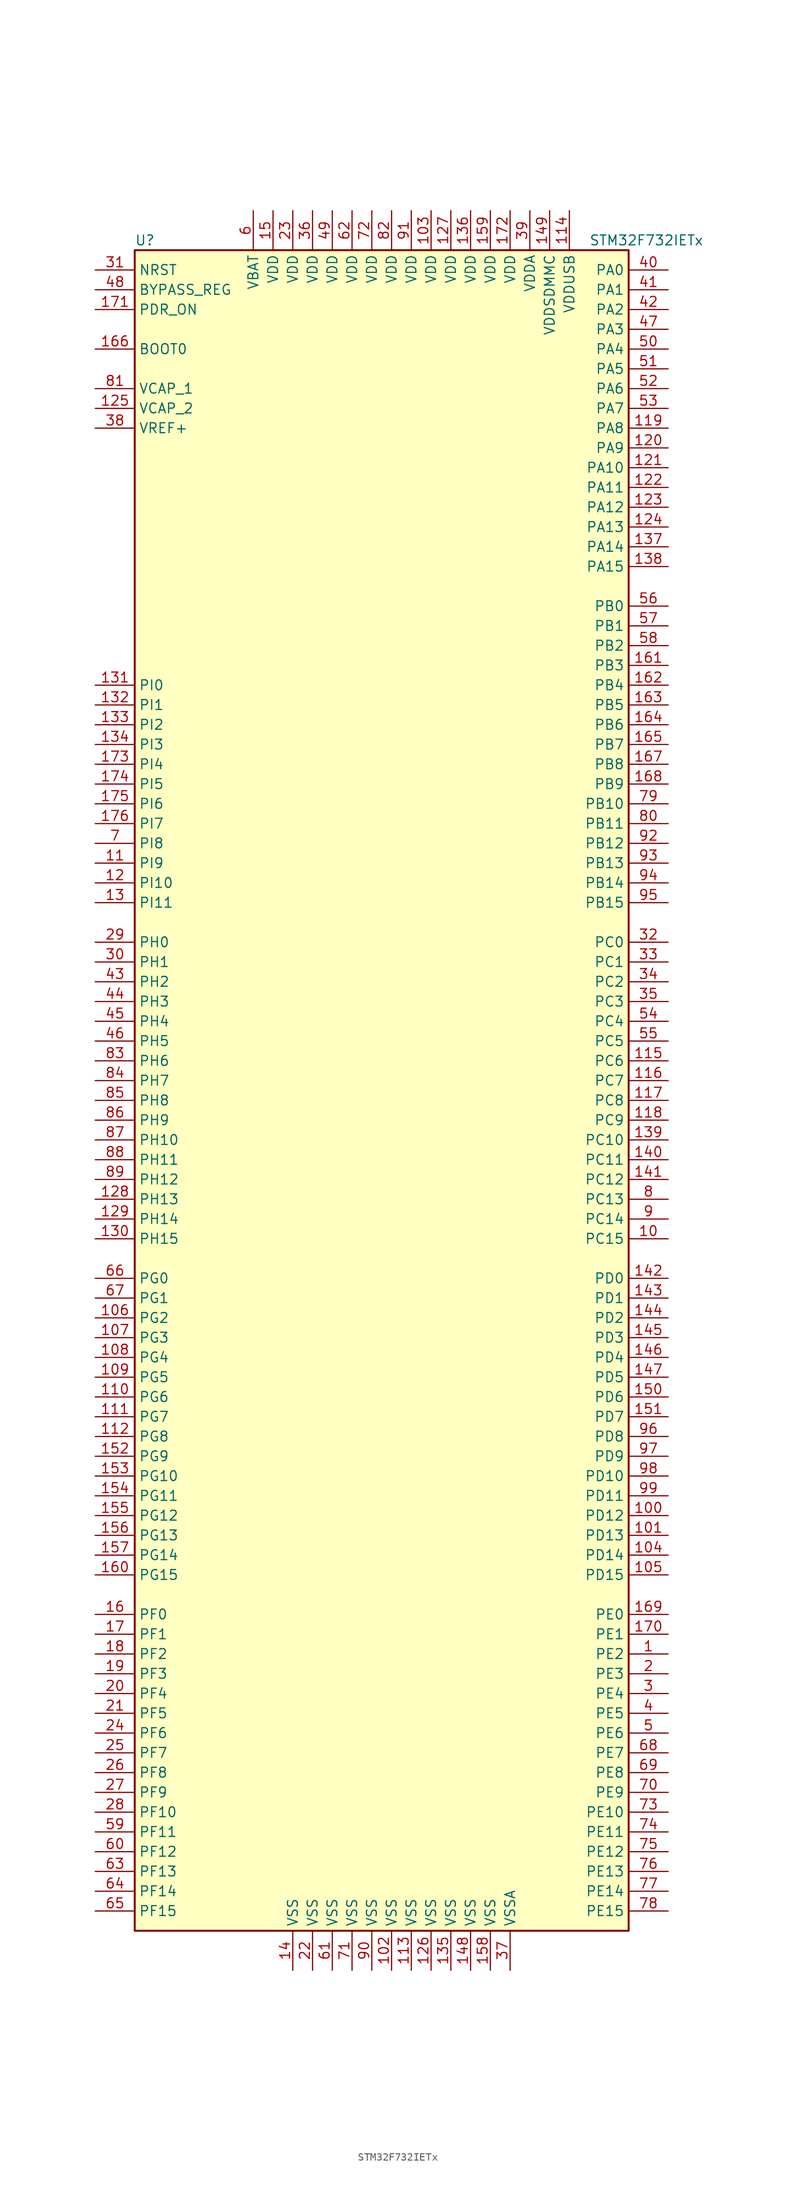
<source format=kicad_sym>
(kicad_symbol_lib
  (version 20201005)
  (generator kicad_symbol_editor)
  (symbol "MCU_ST_STM32F7:STM32F732IETx"
    (property "Reference" "U"
      (at -33.02 107.95 0)
      (effects (font (size 1.27 1.27)) (justify left)))
    (property "Value" "STM32F732IETx"
      (at 25.4 107.95 0)
      (effects (font (size 1.27 1.27)) (justify left)))
    (symbol "STM32F732IETx_0_1"
      (rectangle (start -33.02 -109.22) (end 30.48 106.68) (stroke (width 0.254)) (fill (type background))))
    (symbol "STM32F732IETx_1_1"
      (pin input line (at -38.1 93.98 0) (length 5.08) (name "BOOT0" (effects (font (size 1.27 1.27)))) (number "166" (effects (font (size 1.27 1.27)))))
      (pin input line (at -38.1 101.6 0) (length 5.08) (name "BYPASS_REG" (effects (font (size 1.27 1.27)))) (number "48" (effects (font (size 1.27 1.27)))))
      (pin input line (at -38.1 104.14 0) (length 5.08) (name "NRST" (effects (font (size 1.27 1.27)))) (number "31" (effects (font (size 1.27 1.27)))))
      (pin bidirectional line (at 35.56 104.14 180) (length 5.08) (name "PA0" (effects (font (size 1.27 1.27)))) (number "40" (effects (font (size 1.27 1.27)))))
      (pin bidirectional line (at 35.56 101.6 180) (length 5.08) (name "PA1" (effects (font (size 1.27 1.27)))) (number "41" (effects (font (size 1.27 1.27)))))
      (pin bidirectional line (at 35.56 78.74 180) (length 5.08) (name "PA10" (effects (font (size 1.27 1.27)))) (number "121" (effects (font (size 1.27 1.27)))))
      (pin bidirectional line (at 35.56 76.2 180) (length 5.08) (name "PA11" (effects (font (size 1.27 1.27)))) (number "122" (effects (font (size 1.27 1.27)))))
      (pin bidirectional line (at 35.56 73.66 180) (length 5.08) (name "PA12" (effects (font (size 1.27 1.27)))) (number "123" (effects (font (size 1.27 1.27)))))
      (pin bidirectional line (at 35.56 71.12 180) (length 5.08) (name "PA13" (effects (font (size 1.27 1.27)))) (number "124" (effects (font (size 1.27 1.27)))))
      (pin bidirectional line (at 35.56 68.58 180) (length 5.08) (name "PA14" (effects (font (size 1.27 1.27)))) (number "137" (effects (font (size 1.27 1.27)))))
      (pin bidirectional line (at 35.56 66.04 180) (length 5.08) (name "PA15" (effects (font (size 1.27 1.27)))) (number "138" (effects (font (size 1.27 1.27)))))
      (pin bidirectional line (at 35.56 99.06 180) (length 5.08) (name "PA2" (effects (font (size 1.27 1.27)))) (number "42" (effects (font (size 1.27 1.27)))))
      (pin bidirectional line (at 35.56 96.52 180) (length 5.08) (name "PA3" (effects (font (size 1.27 1.27)))) (number "47" (effects (font (size 1.27 1.27)))))
      (pin bidirectional line (at 35.56 93.98 180) (length 5.08) (name "PA4" (effects (font (size 1.27 1.27)))) (number "50" (effects (font (size 1.27 1.27)))))
      (pin bidirectional line (at 35.56 91.44 180) (length 5.08) (name "PA5" (effects (font (size 1.27 1.27)))) (number "51" (effects (font (size 1.27 1.27)))))
      (pin bidirectional line (at 35.56 88.9 180) (length 5.08) (name "PA6" (effects (font (size 1.27 1.27)))) (number "52" (effects (font (size 1.27 1.27)))))
      (pin bidirectional line (at 35.56 86.36 180) (length 5.08) (name "PA7" (effects (font (size 1.27 1.27)))) (number "53" (effects (font (size 1.27 1.27)))))
      (pin bidirectional line (at 35.56 83.82 180) (length 5.08) (name "PA8" (effects (font (size 1.27 1.27)))) (number "119" (effects (font (size 1.27 1.27)))))
      (pin bidirectional line (at 35.56 81.28 180) (length 5.08) (name "PA9" (effects (font (size 1.27 1.27)))) (number "120" (effects (font (size 1.27 1.27)))))
      (pin bidirectional line (at 35.56 60.96 180) (length 5.08) (name "PB0" (effects (font (size 1.27 1.27)))) (number "56" (effects (font (size 1.27 1.27)))))
      (pin bidirectional line (at 35.56 58.42 180) (length 5.08) (name "PB1" (effects (font (size 1.27 1.27)))) (number "57" (effects (font (size 1.27 1.27)))))
      (pin bidirectional line (at 35.56 35.56 180) (length 5.08) (name "PB10" (effects (font (size 1.27 1.27)))) (number "79" (effects (font (size 1.27 1.27)))))
      (pin bidirectional line (at 35.56 33.02 180) (length 5.08) (name "PB11" (effects (font (size 1.27 1.27)))) (number "80" (effects (font (size 1.27 1.27)))))
      (pin bidirectional line (at 35.56 30.48 180) (length 5.08) (name "PB12" (effects (font (size 1.27 1.27)))) (number "92" (effects (font (size 1.27 1.27)))))
      (pin bidirectional line (at 35.56 27.94 180) (length 5.08) (name "PB13" (effects (font (size 1.27 1.27)))) (number "93" (effects (font (size 1.27 1.27)))))
      (pin bidirectional line (at 35.56 25.4 180) (length 5.08) (name "PB14" (effects (font (size 1.27 1.27)))) (number "94" (effects (font (size 1.27 1.27)))))
      (pin bidirectional line (at 35.56 22.86 180) (length 5.08) (name "PB15" (effects (font (size 1.27 1.27)))) (number "95" (effects (font (size 1.27 1.27)))))
      (pin bidirectional line (at 35.56 55.88 180) (length 5.08) (name "PB2" (effects (font (size 1.27 1.27)))) (number "58" (effects (font (size 1.27 1.27)))))
      (pin bidirectional line (at 35.56 53.34 180) (length 5.08) (name "PB3" (effects (font (size 1.27 1.27)))) (number "161" (effects (font (size 1.27 1.27)))))
      (pin bidirectional line (at 35.56 50.8 180) (length 5.08) (name "PB4" (effects (font (size 1.27 1.27)))) (number "162" (effects (font (size 1.27 1.27)))))
      (pin bidirectional line (at 35.56 48.26 180) (length 5.08) (name "PB5" (effects (font (size 1.27 1.27)))) (number "163" (effects (font (size 1.27 1.27)))))
      (pin bidirectional line (at 35.56 45.72 180) (length 5.08) (name "PB6" (effects (font (size 1.27 1.27)))) (number "164" (effects (font (size 1.27 1.27)))))
      (pin bidirectional line (at 35.56 43.18 180) (length 5.08) (name "PB7" (effects (font (size 1.27 1.27)))) (number "165" (effects (font (size 1.27 1.27)))))
      (pin bidirectional line (at 35.56 40.64 180) (length 5.08) (name "PB8" (effects (font (size 1.27 1.27)))) (number "167" (effects (font (size 1.27 1.27)))))
      (pin bidirectional line (at 35.56 38.1 180) (length 5.08) (name "PB9" (effects (font (size 1.27 1.27)))) (number "168" (effects (font (size 1.27 1.27)))))
      (pin bidirectional line (at 35.56 17.78 180) (length 5.08) (name "PC0" (effects (font (size 1.27 1.27)))) (number "32" (effects (font (size 1.27 1.27)))))
      (pin bidirectional line (at 35.56 15.24 180) (length 5.08) (name "PC1" (effects (font (size 1.27 1.27)))) (number "33" (effects (font (size 1.27 1.27)))))
      (pin bidirectional line (at 35.56 -7.62 180) (length 5.08) (name "PC10" (effects (font (size 1.27 1.27)))) (number "139" (effects (font (size 1.27 1.27)))))
      (pin bidirectional line (at 35.56 -10.16 180) (length 5.08) (name "PC11" (effects (font (size 1.27 1.27)))) (number "140" (effects (font (size 1.27 1.27)))))
      (pin bidirectional line (at 35.56 -12.7 180) (length 5.08) (name "PC12" (effects (font (size 1.27 1.27)))) (number "141" (effects (font (size 1.27 1.27)))))
      (pin bidirectional line (at 35.56 -15.24 180) (length 5.08) (name "PC13" (effects (font (size 1.27 1.27)))) (number "8" (effects (font (size 1.27 1.27)))))
      (pin bidirectional line (at 35.56 -17.78 180) (length 5.08) (name "PC14" (effects (font (size 1.27 1.27)))) (number "9" (effects (font (size 1.27 1.27)))))
      (pin bidirectional line (at 35.56 -20.32 180) (length 5.08) (name "PC15" (effects (font (size 1.27 1.27)))) (number "10" (effects (font (size 1.27 1.27)))))
      (pin bidirectional line (at 35.56 12.7 180) (length 5.08) (name "PC2" (effects (font (size 1.27 1.27)))) (number "34" (effects (font (size 1.27 1.27)))))
      (pin bidirectional line (at 35.56 10.16 180) (length 5.08) (name "PC3" (effects (font (size 1.27 1.27)))) (number "35" (effects (font (size 1.27 1.27)))))
      (pin bidirectional line (at 35.56 7.62 180) (length 5.08) (name "PC4" (effects (font (size 1.27 1.27)))) (number "54" (effects (font (size 1.27 1.27)))))
      (pin bidirectional line (at 35.56 5.08 180) (length 5.08) (name "PC5" (effects (font (size 1.27 1.27)))) (number "55" (effects (font (size 1.27 1.27)))))
      (pin bidirectional line (at 35.56 2.54 180) (length 5.08) (name "PC6" (effects (font (size 1.27 1.27)))) (number "115" (effects (font (size 1.27 1.27)))))
      (pin bidirectional line (at 35.56 0 180) (length 5.08) (name "PC7" (effects (font (size 1.27 1.27)))) (number "116" (effects (font (size 1.27 1.27)))))
      (pin bidirectional line (at 35.56 -2.54 180) (length 5.08) (name "PC8" (effects (font (size 1.27 1.27)))) (number "117" (effects (font (size 1.27 1.27)))))
      (pin bidirectional line (at 35.56 -5.08 180) (length 5.08) (name "PC9" (effects (font (size 1.27 1.27)))) (number "118" (effects (font (size 1.27 1.27)))))
      (pin bidirectional line (at 35.56 -25.4 180) (length 5.08) (name "PD0" (effects (font (size 1.27 1.27)))) (number "142" (effects (font (size 1.27 1.27)))))
      (pin bidirectional line (at 35.56 -27.94 180) (length 5.08) (name "PD1" (effects (font (size 1.27 1.27)))) (number "143" (effects (font (size 1.27 1.27)))))
      (pin bidirectional line (at 35.56 -50.8 180) (length 5.08) (name "PD10" (effects (font (size 1.27 1.27)))) (number "98" (effects (font (size 1.27 1.27)))))
      (pin bidirectional line (at 35.56 -53.34 180) (length 5.08) (name "PD11" (effects (font (size 1.27 1.27)))) (number "99" (effects (font (size 1.27 1.27)))))
      (pin bidirectional line (at 35.56 -55.88 180) (length 5.08) (name "PD12" (effects (font (size 1.27 1.27)))) (number "100" (effects (font (size 1.27 1.27)))))
      (pin bidirectional line (at 35.56 -58.42 180) (length 5.08) (name "PD13" (effects (font (size 1.27 1.27)))) (number "101" (effects (font (size 1.27 1.27)))))
      (pin bidirectional line (at 35.56 -60.96 180) (length 5.08) (name "PD14" (effects (font (size 1.27 1.27)))) (number "104" (effects (font (size 1.27 1.27)))))
      (pin bidirectional line (at 35.56 -63.5 180) (length 5.08) (name "PD15" (effects (font (size 1.27 1.27)))) (number "105" (effects (font (size 1.27 1.27)))))
      (pin bidirectional line (at 35.56 -30.48 180) (length 5.08) (name "PD2" (effects (font (size 1.27 1.27)))) (number "144" (effects (font (size 1.27 1.27)))))
      (pin bidirectional line (at 35.56 -33.02 180) (length 5.08) (name "PD3" (effects (font (size 1.27 1.27)))) (number "145" (effects (font (size 1.27 1.27)))))
      (pin bidirectional line (at 35.56 -35.56 180) (length 5.08) (name "PD4" (effects (font (size 1.27 1.27)))) (number "146" (effects (font (size 1.27 1.27)))))
      (pin bidirectional line (at 35.56 -38.1 180) (length 5.08) (name "PD5" (effects (font (size 1.27 1.27)))) (number "147" (effects (font (size 1.27 1.27)))))
      (pin bidirectional line (at 35.56 -40.64 180) (length 5.08) (name "PD6" (effects (font (size 1.27 1.27)))) (number "150" (effects (font (size 1.27 1.27)))))
      (pin bidirectional line (at 35.56 -43.18 180) (length 5.08) (name "PD7" (effects (font (size 1.27 1.27)))) (number "151" (effects (font (size 1.27 1.27)))))
      (pin bidirectional line (at 35.56 -45.72 180) (length 5.08) (name "PD8" (effects (font (size 1.27 1.27)))) (number "96" (effects (font (size 1.27 1.27)))))
      (pin bidirectional line (at 35.56 -48.26 180) (length 5.08) (name "PD9" (effects (font (size 1.27 1.27)))) (number "97" (effects (font (size 1.27 1.27)))))
      (pin input line (at -38.1 99.06 0) (length 5.08) (name "PDR_ON" (effects (font (size 1.27 1.27)))) (number "171" (effects (font (size 1.27 1.27)))))
      (pin bidirectional line (at 35.56 -68.58 180) (length 5.08) (name "PE0" (effects (font (size 1.27 1.27)))) (number "169" (effects (font (size 1.27 1.27)))))
      (pin bidirectional line (at 35.56 -71.12 180) (length 5.08) (name "PE1" (effects (font (size 1.27 1.27)))) (number "170" (effects (font (size 1.27 1.27)))))
      (pin bidirectional line (at 35.56 -93.98 180) (length 5.08) (name "PE10" (effects (font (size 1.27 1.27)))) (number "73" (effects (font (size 1.27 1.27)))))
      (pin bidirectional line (at 35.56 -96.52 180) (length 5.08) (name "PE11" (effects (font (size 1.27 1.27)))) (number "74" (effects (font (size 1.27 1.27)))))
      (pin bidirectional line (at 35.56 -99.06 180) (length 5.08) (name "PE12" (effects (font (size 1.27 1.27)))) (number "75" (effects (font (size 1.27 1.27)))))
      (pin bidirectional line (at 35.56 -101.6 180) (length 5.08) (name "PE13" (effects (font (size 1.27 1.27)))) (number "76" (effects (font (size 1.27 1.27)))))
      (pin bidirectional line (at 35.56 -104.14 180) (length 5.08) (name "PE14" (effects (font (size 1.27 1.27)))) (number "77" (effects (font (size 1.27 1.27)))))
      (pin bidirectional line (at 35.56 -106.68 180) (length 5.08) (name "PE15" (effects (font (size 1.27 1.27)))) (number "78" (effects (font (size 1.27 1.27)))))
      (pin bidirectional line (at 35.56 -73.66 180) (length 5.08) (name "PE2" (effects (font (size 1.27 1.27)))) (number "1" (effects (font (size 1.27 1.27)))))
      (pin bidirectional line (at 35.56 -76.2 180) (length 5.08) (name "PE3" (effects (font (size 1.27 1.27)))) (number "2" (effects (font (size 1.27 1.27)))))
      (pin bidirectional line (at 35.56 -78.74 180) (length 5.08) (name "PE4" (effects (font (size 1.27 1.27)))) (number "3" (effects (font (size 1.27 1.27)))))
      (pin bidirectional line (at 35.56 -81.28 180) (length 5.08) (name "PE5" (effects (font (size 1.27 1.27)))) (number "4" (effects (font (size 1.27 1.27)))))
      (pin bidirectional line (at 35.56 -83.82 180) (length 5.08) (name "PE6" (effects (font (size 1.27 1.27)))) (number "5" (effects (font (size 1.27 1.27)))))
      (pin bidirectional line (at 35.56 -86.36 180) (length 5.08) (name "PE7" (effects (font (size 1.27 1.27)))) (number "68" (effects (font (size 1.27 1.27)))))
      (pin bidirectional line (at 35.56 -88.9 180) (length 5.08) (name "PE8" (effects (font (size 1.27 1.27)))) (number "69" (effects (font (size 1.27 1.27)))))
      (pin bidirectional line (at 35.56 -91.44 180) (length 5.08) (name "PE9" (effects (font (size 1.27 1.27)))) (number "70" (effects (font (size 1.27 1.27)))))
      (pin bidirectional line (at -38.1 -68.58 0) (length 5.08) (name "PF0" (effects (font (size 1.27 1.27)))) (number "16" (effects (font (size 1.27 1.27)))))
      (pin bidirectional line (at -38.1 -71.12 0) (length 5.08) (name "PF1" (effects (font (size 1.27 1.27)))) (number "17" (effects (font (size 1.27 1.27)))))
      (pin bidirectional line (at -38.1 -93.98 0) (length 5.08) (name "PF10" (effects (font (size 1.27 1.27)))) (number "28" (effects (font (size 1.27 1.27)))))
      (pin bidirectional line (at -38.1 -96.52 0) (length 5.08) (name "PF11" (effects (font (size 1.27 1.27)))) (number "59" (effects (font (size 1.27 1.27)))))
      (pin bidirectional line (at -38.1 -99.06 0) (length 5.08) (name "PF12" (effects (font (size 1.27 1.27)))) (number "60" (effects (font (size 1.27 1.27)))))
      (pin bidirectional line (at -38.1 -101.6 0) (length 5.08) (name "PF13" (effects (font (size 1.27 1.27)))) (number "63" (effects (font (size 1.27 1.27)))))
      (pin bidirectional line (at -38.1 -104.14 0) (length 5.08) (name "PF14" (effects (font (size 1.27 1.27)))) (number "64" (effects (font (size 1.27 1.27)))))
      (pin bidirectional line (at -38.1 -106.68 0) (length 5.08) (name "PF15" (effects (font (size 1.27 1.27)))) (number "65" (effects (font (size 1.27 1.27)))))
      (pin bidirectional line (at -38.1 -73.66 0) (length 5.08) (name "PF2" (effects (font (size 1.27 1.27)))) (number "18" (effects (font (size 1.27 1.27)))))
      (pin bidirectional line (at -38.1 -76.2 0) (length 5.08) (name "PF3" (effects (font (size 1.27 1.27)))) (number "19" (effects (font (size 1.27 1.27)))))
      (pin bidirectional line (at -38.1 -78.74 0) (length 5.08) (name "PF4" (effects (font (size 1.27 1.27)))) (number "20" (effects (font (size 1.27 1.27)))))
      (pin bidirectional line (at -38.1 -81.28 0) (length 5.08) (name "PF5" (effects (font (size 1.27 1.27)))) (number "21" (effects (font (size 1.27 1.27)))))
      (pin bidirectional line (at -38.1 -83.82 0) (length 5.08) (name "PF6" (effects (font (size 1.27 1.27)))) (number "24" (effects (font (size 1.27 1.27)))))
      (pin bidirectional line (at -38.1 -86.36 0) (length 5.08) (name "PF7" (effects (font (size 1.27 1.27)))) (number "25" (effects (font (size 1.27 1.27)))))
      (pin bidirectional line (at -38.1 -88.9 0) (length 5.08) (name "PF8" (effects (font (size 1.27 1.27)))) (number "26" (effects (font (size 1.27 1.27)))))
      (pin bidirectional line (at -38.1 -91.44 0) (length 5.08) (name "PF9" (effects (font (size 1.27 1.27)))) (number "27" (effects (font (size 1.27 1.27)))))
      (pin bidirectional line (at -38.1 -25.4 0) (length 5.08) (name "PG0" (effects (font (size 1.27 1.27)))) (number "66" (effects (font (size 1.27 1.27)))))
      (pin bidirectional line (at -38.1 -27.94 0) (length 5.08) (name "PG1" (effects (font (size 1.27 1.27)))) (number "67" (effects (font (size 1.27 1.27)))))
      (pin bidirectional line (at -38.1 -50.8 0) (length 5.08) (name "PG10" (effects (font (size 1.27 1.27)))) (number "153" (effects (font (size 1.27 1.27)))))
      (pin bidirectional line (at -38.1 -53.34 0) (length 5.08) (name "PG11" (effects (font (size 1.27 1.27)))) (number "154" (effects (font (size 1.27 1.27)))))
      (pin bidirectional line (at -38.1 -55.88 0) (length 5.08) (name "PG12" (effects (font (size 1.27 1.27)))) (number "155" (effects (font (size 1.27 1.27)))))
      (pin bidirectional line (at -38.1 -58.42 0) (length 5.08) (name "PG13" (effects (font (size 1.27 1.27)))) (number "156" (effects (font (size 1.27 1.27)))))
      (pin bidirectional line (at -38.1 -60.96 0) (length 5.08) (name "PG14" (effects (font (size 1.27 1.27)))) (number "157" (effects (font (size 1.27 1.27)))))
      (pin bidirectional line (at -38.1 -63.5 0) (length 5.08) (name "PG15" (effects (font (size 1.27 1.27)))) (number "160" (effects (font (size 1.27 1.27)))))
      (pin bidirectional line (at -38.1 -30.48 0) (length 5.08) (name "PG2" (effects (font (size 1.27 1.27)))) (number "106" (effects (font (size 1.27 1.27)))))
      (pin bidirectional line (at -38.1 -33.02 0) (length 5.08) (name "PG3" (effects (font (size 1.27 1.27)))) (number "107" (effects (font (size 1.27 1.27)))))
      (pin bidirectional line (at -38.1 -35.56 0) (length 5.08) (name "PG4" (effects (font (size 1.27 1.27)))) (number "108" (effects (font (size 1.27 1.27)))))
      (pin bidirectional line (at -38.1 -38.1 0) (length 5.08) (name "PG5" (effects (font (size 1.27 1.27)))) (number "109" (effects (font (size 1.27 1.27)))))
      (pin bidirectional line (at -38.1 -40.64 0) (length 5.08) (name "PG6" (effects (font (size 1.27 1.27)))) (number "110" (effects (font (size 1.27 1.27)))))
      (pin bidirectional line (at -38.1 -43.18 0) (length 5.08) (name "PG7" (effects (font (size 1.27 1.27)))) (number "111" (effects (font (size 1.27 1.27)))))
      (pin bidirectional line (at -38.1 -45.72 0) (length 5.08) (name "PG8" (effects (font (size 1.27 1.27)))) (number "112" (effects (font (size 1.27 1.27)))))
      (pin bidirectional line (at -38.1 -48.26 0) (length 5.08) (name "PG9" (effects (font (size 1.27 1.27)))) (number "152" (effects (font (size 1.27 1.27)))))
      (pin input line (at -38.1 17.78 0) (length 5.08) (name "PH0" (effects (font (size 1.27 1.27)))) (number "29" (effects (font (size 1.27 1.27)))))
      (pin input line (at -38.1 15.24 0) (length 5.08) (name "PH1" (effects (font (size 1.27 1.27)))) (number "30" (effects (font (size 1.27 1.27)))))
      (pin bidirectional line (at -38.1 -7.62 0) (length 5.08) (name "PH10" (effects (font (size 1.27 1.27)))) (number "87" (effects (font (size 1.27 1.27)))))
      (pin bidirectional line (at -38.1 -10.16 0) (length 5.08) (name "PH11" (effects (font (size 1.27 1.27)))) (number "88" (effects (font (size 1.27 1.27)))))
      (pin bidirectional line (at -38.1 -12.7 0) (length 5.08) (name "PH12" (effects (font (size 1.27 1.27)))) (number "89" (effects (font (size 1.27 1.27)))))
      (pin bidirectional line (at -38.1 -15.24 0) (length 5.08) (name "PH13" (effects (font (size 1.27 1.27)))) (number "128" (effects (font (size 1.27 1.27)))))
      (pin bidirectional line (at -38.1 -17.78 0) (length 5.08) (name "PH14" (effects (font (size 1.27 1.27)))) (number "129" (effects (font (size 1.27 1.27)))))
      (pin bidirectional line (at -38.1 -20.32 0) (length 5.08) (name "PH15" (effects (font (size 1.27 1.27)))) (number "130" (effects (font (size 1.27 1.27)))))
      (pin bidirectional line (at -38.1 12.7 0) (length 5.08) (name "PH2" (effects (font (size 1.27 1.27)))) (number "43" (effects (font (size 1.27 1.27)))))
      (pin bidirectional line (at -38.1 10.16 0) (length 5.08) (name "PH3" (effects (font (size 1.27 1.27)))) (number "44" (effects (font (size 1.27 1.27)))))
      (pin bidirectional line (at -38.1 7.62 0) (length 5.08) (name "PH4" (effects (font (size 1.27 1.27)))) (number "45" (effects (font (size 1.27 1.27)))))
      (pin bidirectional line (at -38.1 5.08 0) (length 5.08) (name "PH5" (effects (font (size 1.27 1.27)))) (number "46" (effects (font (size 1.27 1.27)))))
      (pin bidirectional line (at -38.1 2.54 0) (length 5.08) (name "PH6" (effects (font (size 1.27 1.27)))) (number "83" (effects (font (size 1.27 1.27)))))
      (pin bidirectional line (at -38.1 0 0) (length 5.08) (name "PH7" (effects (font (size 1.27 1.27)))) (number "84" (effects (font (size 1.27 1.27)))))
      (pin bidirectional line (at -38.1 -2.54 0) (length 5.08) (name "PH8" (effects (font (size 1.27 1.27)))) (number "85" (effects (font (size 1.27 1.27)))))
      (pin bidirectional line (at -38.1 -5.08 0) (length 5.08) (name "PH9" (effects (font (size 1.27 1.27)))) (number "86" (effects (font (size 1.27 1.27)))))
      (pin bidirectional line (at -38.1 50.8 0) (length 5.08) (name "PI0" (effects (font (size 1.27 1.27)))) (number "131" (effects (font (size 1.27 1.27)))))
      (pin bidirectional line (at -38.1 48.26 0) (length 5.08) (name "PI1" (effects (font (size 1.27 1.27)))) (number "132" (effects (font (size 1.27 1.27)))))
      (pin bidirectional line (at -38.1 25.4 0) (length 5.08) (name "PI10" (effects (font (size 1.27 1.27)))) (number "12" (effects (font (size 1.27 1.27)))))
      (pin bidirectional line (at -38.1 22.86 0) (length 5.08) (name "PI11" (effects (font (size 1.27 1.27)))) (number "13" (effects (font (size 1.27 1.27)))))
      (pin bidirectional line (at -38.1 45.72 0) (length 5.08) (name "PI2" (effects (font (size 1.27 1.27)))) (number "133" (effects (font (size 1.27 1.27)))))
      (pin bidirectional line (at -38.1 43.18 0) (length 5.08) (name "PI3" (effects (font (size 1.27 1.27)))) (number "134" (effects (font (size 1.27 1.27)))))
      (pin bidirectional line (at -38.1 40.64 0) (length 5.08) (name "PI4" (effects (font (size 1.27 1.27)))) (number "173" (effects (font (size 1.27 1.27)))))
      (pin bidirectional line (at -38.1 38.1 0) (length 5.08) (name "PI5" (effects (font (size 1.27 1.27)))) (number "174" (effects (font (size 1.27 1.27)))))
      (pin bidirectional line (at -38.1 35.56 0) (length 5.08) (name "PI6" (effects (font (size 1.27 1.27)))) (number "175" (effects (font (size 1.27 1.27)))))
      (pin bidirectional line (at -38.1 33.02 0) (length 5.08) (name "PI7" (effects (font (size 1.27 1.27)))) (number "176" (effects (font (size 1.27 1.27)))))
      (pin bidirectional line (at -38.1 30.48 0) (length 5.08) (name "PI8" (effects (font (size 1.27 1.27)))) (number "7" (effects (font (size 1.27 1.27)))))
      (pin bidirectional line (at -38.1 27.94 0) (length 5.08) (name "PI9" (effects (font (size 1.27 1.27)))) (number "11" (effects (font (size 1.27 1.27)))))
      (pin power_in line (at -17.78 111.76 270) (length 5.08) (name "VBAT" (effects (font (size 1.27 1.27)))) (number "6" (effects (font (size 1.27 1.27)))))
      (pin power_in line (at -38.1 88.9 0) (length 5.08) (name "VCAP_1" (effects (font (size 1.27 1.27)))) (number "81" (effects (font (size 1.27 1.27)))))
      (pin power_in line (at -38.1 86.36 0) (length 5.08) (name "VCAP_2" (effects (font (size 1.27 1.27)))) (number "125" (effects (font (size 1.27 1.27)))))
      (pin power_in line (at 5.08 111.76 270) (length 5.08) (name "VDD" (effects (font (size 1.27 1.27)))) (number "103" (effects (font (size 1.27 1.27)))))
      (pin power_in line (at 7.62 111.76 270) (length 5.08) (name "VDD" (effects (font (size 1.27 1.27)))) (number "127" (effects (font (size 1.27 1.27)))))
      (pin power_in line (at 10.16 111.76 270) (length 5.08) (name "VDD" (effects (font (size 1.27 1.27)))) (number "136" (effects (font (size 1.27 1.27)))))
      (pin power_in line (at -15.24 111.76 270) (length 5.08) (name "VDD" (effects (font (size 1.27 1.27)))) (number "15" (effects (font (size 1.27 1.27)))))
      (pin power_in line (at 12.7 111.76 270) (length 5.08) (name "VDD" (effects (font (size 1.27 1.27)))) (number "159" (effects (font (size 1.27 1.27)))))
      (pin power_in line (at 15.24 111.76 270) (length 5.08) (name "VDD" (effects (font (size 1.27 1.27)))) (number "172" (effects (font (size 1.27 1.27)))))
      (pin power_in line (at -12.7 111.76 270) (length 5.08) (name "VDD" (effects (font (size 1.27 1.27)))) (number "23" (effects (font (size 1.27 1.27)))))
      (pin power_in line (at -10.16 111.76 270) (length 5.08) (name "VDD" (effects (font (size 1.27 1.27)))) (number "36" (effects (font (size 1.27 1.27)))))
      (pin power_in line (at -7.62 111.76 270) (length 5.08) (name "VDD" (effects (font (size 1.27 1.27)))) (number "49" (effects (font (size 1.27 1.27)))))
      (pin power_in line (at -5.08 111.76 270) (length 5.08) (name "VDD" (effects (font (size 1.27 1.27)))) (number "62" (effects (font (size 1.27 1.27)))))
      (pin power_in line (at -2.54 111.76 270) (length 5.08) (name "VDD" (effects (font (size 1.27 1.27)))) (number "72" (effects (font (size 1.27 1.27)))))
      (pin power_in line (at 0 111.76 270) (length 5.08) (name "VDD" (effects (font (size 1.27 1.27)))) (number "82" (effects (font (size 1.27 1.27)))))
      (pin power_in line (at 2.54 111.76 270) (length 5.08) (name "VDD" (effects (font (size 1.27 1.27)))) (number "91" (effects (font (size 1.27 1.27)))))
      (pin power_in line (at 17.78 111.76 270) (length 5.08) (name "VDDA" (effects (font (size 1.27 1.27)))) (number "39" (effects (font (size 1.27 1.27)))))
      (pin power_in line (at 20.32 111.76 270) (length 5.08) (name "VDDSDMMC" (effects (font (size 1.27 1.27)))) (number "149" (effects (font (size 1.27 1.27)))))
      (pin power_in line (at 22.86 111.76 270) (length 5.08) (name "VDDUSB" (effects (font (size 1.27 1.27)))) (number "114" (effects (font (size 1.27 1.27)))))
      (pin power_in line (at -38.1 83.82 0) (length 5.08) (name "VREF+" (effects (font (size 1.27 1.27)))) (number "38" (effects (font (size 1.27 1.27)))))
      (pin power_in line (at 0 -114.3 90) (length 5.08) (name "VSS" (effects (font (size 1.27 1.27)))) (number "102" (effects (font (size 1.27 1.27)))))
      (pin power_in line (at 2.54 -114.3 90) (length 5.08) (name "VSS" (effects (font (size 1.27 1.27)))) (number "113" (effects (font (size 1.27 1.27)))))
      (pin power_in line (at 5.08 -114.3 90) (length 5.08) (name "VSS" (effects (font (size 1.27 1.27)))) (number "126" (effects (font (size 1.27 1.27)))))
      (pin power_in line (at 7.62 -114.3 90) (length 5.08) (name "VSS" (effects (font (size 1.27 1.27)))) (number "135" (effects (font (size 1.27 1.27)))))
      (pin power_in line (at -12.7 -114.3 90) (length 5.08) (name "VSS" (effects (font (size 1.27 1.27)))) (number "14" (effects (font (size 1.27 1.27)))))
      (pin power_in line (at 10.16 -114.3 90) (length 5.08) (name "VSS" (effects (font (size 1.27 1.27)))) (number "148" (effects (font (size 1.27 1.27)))))
      (pin power_in line (at 12.7 -114.3 90) (length 5.08) (name "VSS" (effects (font (size 1.27 1.27)))) (number "158" (effects (font (size 1.27 1.27)))))
      (pin power_in line (at -10.16 -114.3 90) (length 5.08) (name "VSS" (effects (font (size 1.27 1.27)))) (number "22" (effects (font (size 1.27 1.27)))))
      (pin power_in line (at -7.62 -114.3 90) (length 5.08) (name "VSS" (effects (font (size 1.27 1.27)))) (number "61" (effects (font (size 1.27 1.27)))))
      (pin power_in line (at -5.08 -114.3 90) (length 5.08) (name "VSS" (effects (font (size 1.27 1.27)))) (number "71" (effects (font (size 1.27 1.27)))))
      (pin power_in line (at -2.54 -114.3 90) (length 5.08) (name "VSS" (effects (font (size 1.27 1.27)))) (number "90" (effects (font (size 1.27 1.27)))))
      (pin power_in line (at 15.24 -114.3 90) (length 5.08) (name "VSSA" (effects (font (size 1.27 1.27)))) (number "37" (effects (font (size 1.27 1.27))))))))
</source>
